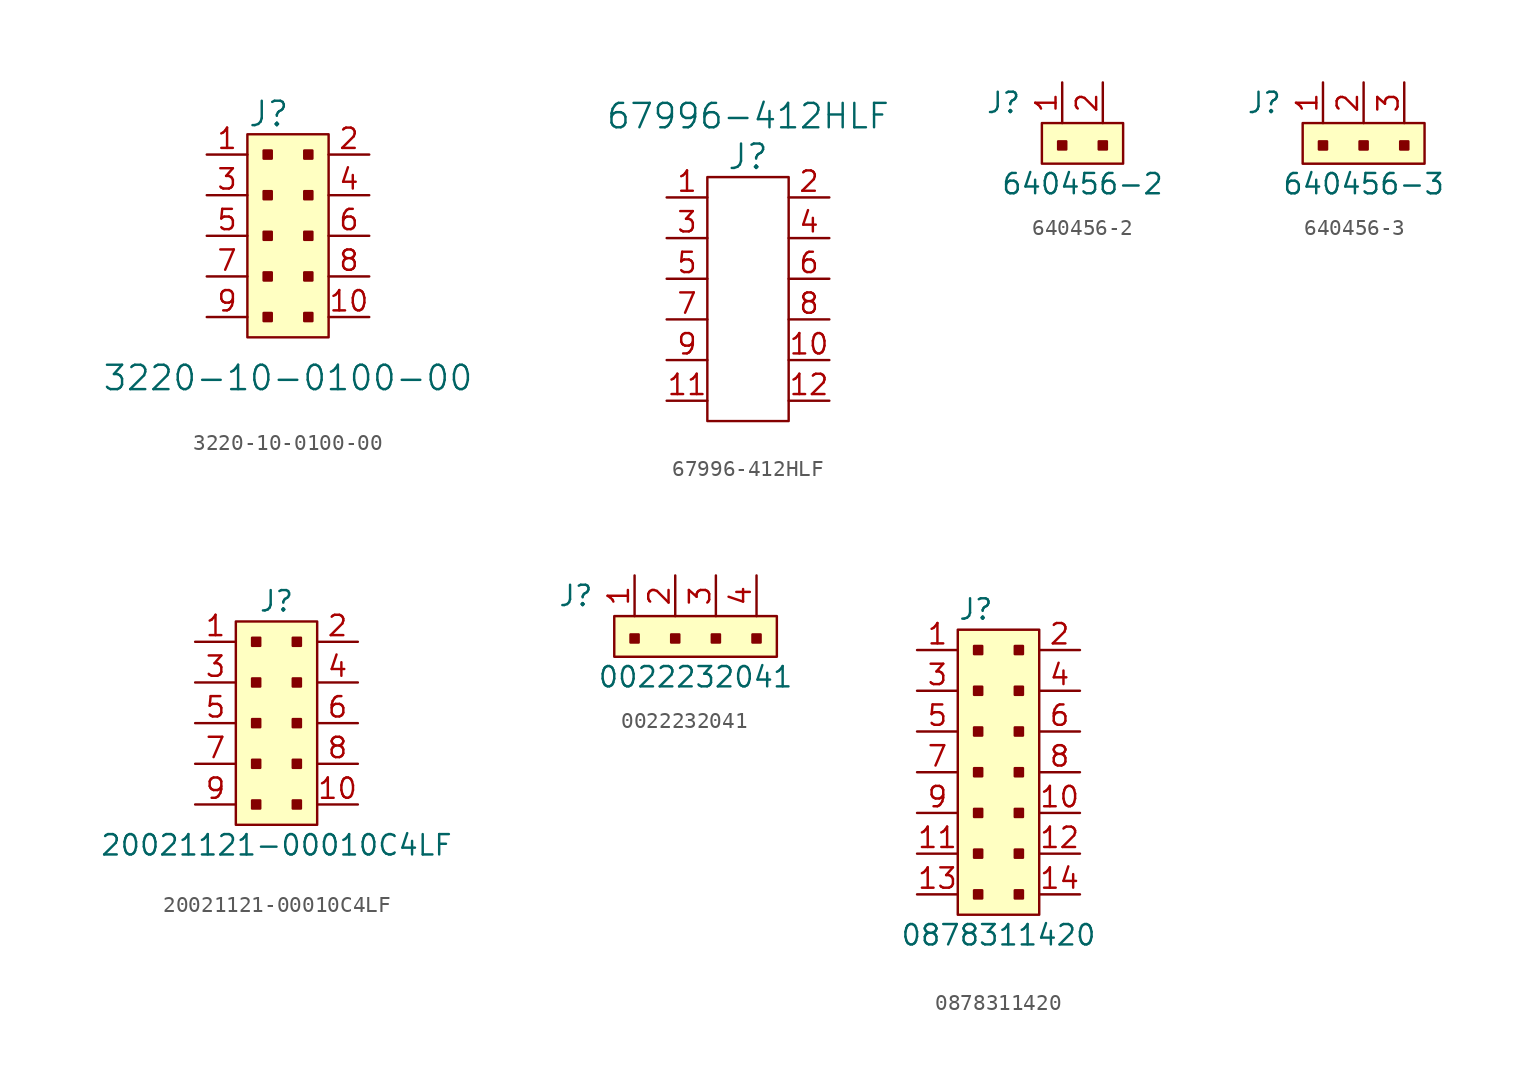
<source format=kicad_sym>
(kicad_symbol_lib
  (version 20220914)
  (generator kicad_symbol_editor)
  (symbol "3220-10-0100-00"
    (pin_names
      (offset 1.016))
    (property "Reference" "J"
      (at -2.54 7.62 0)
      (effects (font (size 1.524 1.524)) (justify left)))
    (property "Value" "3220-10-0100-00"
      (at 0 -8.89 0)
      (effects (font (size 1.524 1.524))))
    (symbol "3220-10-0100-00_0_1"
      (rectangle (start -2.54 6.35) (end 2.54 -6.35) (stroke (width 0) (type default)) (fill (type background)))
      (rectangle (start -1.524 -4.826) (end -1.016 -5.334) (stroke (width 0) (type default)) (fill (type outline)))
      (rectangle (start -1.524 -2.286) (end -1.016 -2.794) (stroke (width 0) (type default)) (fill (type outline)))
      (rectangle (start -1.524 0.254) (end -1.016 -0.254) (stroke (width 0) (type default)) (fill (type outline)))
      (rectangle (start -1.524 2.794) (end -1.016 2.286) (stroke (width 0) (type default)) (fill (type outline)))
      (rectangle (start -1.524 5.334) (end -1.016 4.826) (stroke (width 0) (type default)) (fill (type outline)))
      (rectangle (start 1.016 -4.826) (end 1.524 -5.334) (stroke (width 0) (type default)) (fill (type outline)))
      (rectangle (start 1.016 -2.286) (end 1.524 -2.794) (stroke (width 0) (type default)) (fill (type outline)))
      (rectangle (start 1.016 0.254) (end 1.524 -0.254) (stroke (width 0) (type default)) (fill (type outline)))
      (rectangle (start 1.016 2.794) (end 1.524 2.286) (stroke (width 0) (type default)) (fill (type outline)))
      (rectangle (start 1.016 5.334) (end 1.524 4.826) (stroke (width 0) (type default)) (fill (type outline))))
    (symbol "3220-10-0100-00_1_1"
      (pin passive line (at -5.08 5.08 0) (length 2.54) (name "~" (effects (font (size 1.27 1.27)))) (number "1" (effects (font (size 1.27 1.27)))))
      (pin passive line (at 5.08 -5.08 180) (length 2.54) (name "~" (effects (font (size 1.27 1.27)))) (number "10" (effects (font (size 1.27 1.27)))))
      (pin passive line (at 5.08 5.08 180) (length 2.54) (name "~" (effects (font (size 1.27 1.27)))) (number "2" (effects (font (size 1.27 1.27)))))
      (pin passive line (at -5.08 2.54 0) (length 2.54) (name "~" (effects (font (size 1.27 1.27)))) (number "3" (effects (font (size 1.27 1.27)))))
      (pin passive line (at 5.08 2.54 180) (length 2.54) (name "~" (effects (font (size 1.27 1.27)))) (number "4" (effects (font (size 1.27 1.27)))))
      (pin passive line (at -5.08 0 0) (length 2.54) (name "~" (effects (font (size 1.27 1.27)))) (number "5" (effects (font (size 1.27 1.27)))))
      (pin passive line (at 5.08 0 180) (length 2.54) (name "~" (effects (font (size 1.27 1.27)))) (number "6" (effects (font (size 1.27 1.27)))))
      (pin passive line (at -5.08 -2.54 0) (length 2.54) (name "~" (effects (font (size 1.27 1.27)))) (number "7" (effects (font (size 1.27 1.27)))))
      (pin passive line (at 5.08 -2.54 180) (length 2.54) (name "~" (effects (font (size 1.27 1.27)))) (number "8" (effects (font (size 1.27 1.27)))))
      (pin passive line (at -5.08 -5.08 0) (length 2.54) (name "~" (effects (font (size 1.27 1.27)))) (number "9" (effects (font (size 1.27 1.27)))))))
  (symbol "67996-412HLF"
    (pin_names
      (offset 1.016))
    (property "Reference" "J"
      (at 0 7.62 0)
      (effects (font (size 1.524 1.524))))
    (property "Value" "67996-412HLF"
      (at 0 10.16 0)
      (effects (font (size 1.524 1.524))))
    (symbol "67996-412HLF_0_1"
      (rectangle (start -2.54 6.35) (end 2.54 -8.89) (stroke (width 0) (type default)) (fill (type none))))
    (symbol "67996-412HLF_1_1"
      (pin passive line (at -5.08 5.08 0) (length 2.54) (name "~" (effects (font (size 1.27 1.27)))) (number "1" (effects (font (size 1.27 1.27)))))
      (pin passive line (at 5.08 -5.08 180) (length 2.54) (name "~" (effects (font (size 1.27 1.27)))) (number "10" (effects (font (size 1.27 1.27)))))
      (pin passive line (at -5.08 -7.62 0) (length 2.54) (name "~" (effects (font (size 1.27 1.27)))) (number "11" (effects (font (size 1.27 1.27)))))
      (pin passive line (at 5.08 -7.62 180) (length 2.54) (name "~" (effects (font (size 1.27 1.27)))) (number "12" (effects (font (size 1.27 1.27)))))
      (pin passive line (at 5.08 5.08 180) (length 2.54) (name "~" (effects (font (size 1.27 1.27)))) (number "2" (effects (font (size 1.27 1.27)))))
      (pin passive line (at -5.08 2.54 0) (length 2.54) (name "~" (effects (font (size 1.27 1.27)))) (number "3" (effects (font (size 1.27 1.27)))))
      (pin passive line (at 5.08 2.54 180) (length 2.54) (name "~" (effects (font (size 1.27 1.27)))) (number "4" (effects (font (size 1.27 1.27)))))
      (pin passive line (at -5.08 0 0) (length 2.54) (name "~" (effects (font (size 1.27 1.27)))) (number "5" (effects (font (size 1.27 1.27)))))
      (pin passive line (at 5.08 0 180) (length 2.54) (name "~" (effects (font (size 1.27 1.27)))) (number "6" (effects (font (size 1.27 1.27)))))
      (pin passive line (at -5.08 -2.54 0) (length 2.54) (name "~" (effects (font (size 1.27 1.27)))) (number "7" (effects (font (size 1.27 1.27)))))
      (pin passive line (at 5.08 -2.54 180) (length 2.54) (name "~" (effects (font (size 1.27 1.27)))) (number "8" (effects (font (size 1.27 1.27)))))
      (pin passive line (at -5.08 -5.08 0) (length 2.54) (name "~" (effects (font (size 1.27 1.27)))) (number "9" (effects (font (size 1.27 1.27)))))))
  (symbol "640456-2"
    (pin_names
      (offset 1.016))
    (property "Reference" "J"
      (at -2.54 1.27 0)
      (effects (font (size 1.27 1.27)) (justify right)))
    (property "Value" "640456-2"
      (at 1.27 -3.81 0)
      (effects (font (size 1.27 1.27))))
    (symbol "640456-2_1_1"
      (rectangle (start -1.27 0) (end 3.81 -2.54) (stroke (width 0) (type default)) (fill (type background)))
      (rectangle (start -0.254 -1.143) (end 0.254 -1.651) (stroke (width 0) (type default)) (fill (type outline)))
      (rectangle (start 2.286 -1.143) (end 2.794 -1.651) (stroke (width 0) (type default)) (fill (type outline)))
      (pin passive line (at 0 2.54 270) (length 2.54) (name "~" (effects (font (size 1.27 1.27)))) (number "1" (effects (font (size 1.27 1.27)))))
      (pin passive line (at 2.54 2.54 270) (length 2.54) (name "~" (effects (font (size 1.27 1.27)))) (number "2" (effects (font (size 1.27 1.27)))))))
  (symbol "640456-3"
    (pin_names
      (offset 1.016))
    (property "Reference" "J"
      (at -2.54 1.27 0)
      (effects (font (size 1.27 1.27)) (justify right)))
    (property "Value" "640456-3"
      (at 2.54 -3.81 0)
      (effects (font (size 1.27 1.27))))
    (symbol "640456-3_1_1"
      (rectangle (start -1.27 0) (end 6.35 -2.54) (stroke (width 0) (type default)) (fill (type background)))
      (rectangle (start -0.254 -1.143) (end 0.254 -1.651) (stroke (width 0) (type default)) (fill (type outline)))
      (rectangle (start 2.286 -1.143) (end 2.794 -1.651) (stroke (width 0) (type default)) (fill (type outline)))
      (rectangle (start 4.826 -1.143) (end 5.334 -1.651) (stroke (width 0) (type default)) (fill (type outline)))
      (pin passive line (at 0 2.54 270) (length 2.54) (name "~" (effects (font (size 1.27 1.27)))) (number "1" (effects (font (size 1.27 1.27)))))
      (pin passive line (at 2.54 2.54 270) (length 2.54) (name "~" (effects (font (size 1.27 1.27)))) (number "2" (effects (font (size 1.27 1.27)))))
      (pin passive line (at 5.08 2.54 270) (length 2.54) (name "~" (effects (font (size 1.27 1.27)))) (number "3" (effects (font (size 1.27 1.27)))))))
  (symbol "20021121-00010C4LF"
    (pin_names
      (offset 1.016))
    (property "Reference" "J"
      (at 0 7.62 0)
      (effects (font (size 1.27 1.27))))
    (property "Value" "20021121-00010C4LF"
      (at 0 -7.62 0)
      (effects (font (size 1.27 1.27))))
    (symbol "20021121-00010C4LF_1_1"
      (rectangle (start -2.54 6.35) (end 2.54 -6.35) (stroke (width 0) (type default)) (fill (type background)))
      (rectangle (start -1.524 -4.826) (end -1.016 -5.334) (stroke (width 0) (type default)) (fill (type outline)))
      (rectangle (start -1.524 -2.286) (end -1.016 -2.794) (stroke (width 0) (type default)) (fill (type outline)))
      (rectangle (start -1.524 0.254) (end -1.016 -0.254) (stroke (width 0) (type default)) (fill (type outline)))
      (rectangle (start -1.524 2.794) (end -1.016 2.286) (stroke (width 0) (type default)) (fill (type outline)))
      (rectangle (start -1.524 5.334) (end -1.016 4.826) (stroke (width 0) (type default)) (fill (type outline)))
      (rectangle (start 1.016 -4.826) (end 1.524 -5.334) (stroke (width 0) (type default)) (fill (type outline)))
      (rectangle (start 1.016 -2.286) (end 1.524 -2.794) (stroke (width 0) (type default)) (fill (type outline)))
      (rectangle (start 1.016 0.254) (end 1.524 -0.254) (stroke (width 0) (type default)) (fill (type outline)))
      (rectangle (start 1.016 2.794) (end 1.524 2.286) (stroke (width 0) (type default)) (fill (type outline)))
      (rectangle (start 1.016 5.334) (end 1.524 4.826) (stroke (width 0) (type default)) (fill (type outline)))
      (pin passive line (at -5.08 5.08 0) (length 2.54) (name "~" (effects (font (size 1.27 1.27)))) (number "1" (effects (font (size 1.27 1.27)))))
      (pin passive line (at 5.08 -5.08 180) (length 2.54) (name "~" (effects (font (size 1.27 1.27)))) (number "10" (effects (font (size 1.27 1.27)))))
      (pin passive line (at 5.08 5.08 180) (length 2.54) (name "~" (effects (font (size 1.27 1.27)))) (number "2" (effects (font (size 1.27 1.27)))))
      (pin passive line (at -5.08 2.54 0) (length 2.54) (name "~" (effects (font (size 1.27 1.27)))) (number "3" (effects (font (size 1.27 1.27)))))
      (pin passive line (at 5.08 2.54 180) (length 2.54) (name "~" (effects (font (size 1.27 1.27)))) (number "4" (effects (font (size 1.27 1.27)))))
      (pin passive line (at -5.08 0 0) (length 2.54) (name "~" (effects (font (size 1.27 1.27)))) (number "5" (effects (font (size 1.27 1.27)))))
      (pin passive line (at 5.08 0 180) (length 2.54) (name "~" (effects (font (size 1.27 1.27)))) (number "6" (effects (font (size 1.27 1.27)))))
      (pin passive line (at -5.08 -2.54 0) (length 2.54) (name "~" (effects (font (size 1.27 1.27)))) (number "7" (effects (font (size 1.27 1.27)))))
      (pin passive line (at 5.08 -2.54 180) (length 2.54) (name "~" (effects (font (size 1.27 1.27)))) (number "8" (effects (font (size 1.27 1.27)))))
      (pin passive line (at -5.08 -5.08 0) (length 2.54) (name "~" (effects (font (size 1.27 1.27)))) (number "9" (effects (font (size 1.27 1.27)))))))
  (symbol "0022232041"
    (pin_names
      (offset 1.016))
    (property "Reference" "J"
      (at -2.54 1.27 0)
      (effects (font (size 1.27 1.27)) (justify right)))
    (property "Value" "0022232041"
      (at 3.81 -3.81 0)
      (effects (font (size 1.27 1.27))))
    (symbol "0022232041_1_1"
      (rectangle (start -1.27 0) (end 8.89 -2.54) (stroke (width 0) (type default)) (fill (type background)))
      (rectangle (start -0.254 -1.143) (end 0.254 -1.651) (stroke (width 0) (type default)) (fill (type outline)))
      (rectangle (start 2.286 -1.143) (end 2.794 -1.651) (stroke (width 0) (type default)) (fill (type outline)))
      (rectangle (start 4.826 -1.143) (end 5.334 -1.651) (stroke (width 0) (type default)) (fill (type outline)))
      (rectangle (start 7.366 -1.143) (end 7.874 -1.651) (stroke (width 0) (type default)) (fill (type outline)))
      (pin passive line (at 0 2.54 270) (length 2.54) (name "~" (effects (font (size 1.27 1.27)))) (number "1" (effects (font (size 1.27 1.27)))))
      (pin passive line (at 2.54 2.54 270) (length 2.54) (name "~" (effects (font (size 1.27 1.27)))) (number "2" (effects (font (size 1.27 1.27)))))
      (pin passive line (at 5.08 2.54 270) (length 2.54) (name "~" (effects (font (size 1.27 1.27)))) (number "3" (effects (font (size 1.27 1.27)))))
      (pin passive line (at 7.62 2.54 270) (length 2.54) (name "~" (effects (font (size 1.27 1.27)))) (number "4" (effects (font (size 1.27 1.27)))))))
  (symbol "0878311420"
    (pin_names
      (offset 1.016))
    (property "Reference" "J"
      (at -2.54 10.16 0)
      (effects (font (size 1.27 1.27)) (justify left)))
    (property "Value" "0878311420"
      (at 0 -10.16 0)
      (effects (font (size 1.27 1.27))))
    (symbol "0878311420_1_1"
      (rectangle (start -2.54 8.89) (end 2.54 -8.89) (stroke (width 0) (type default)) (fill (type background)))
      (rectangle (start -1.524 -7.366) (end -1.016 -7.874) (stroke (width 0) (type default)) (fill (type outline)))
      (rectangle (start -1.524 -4.826) (end -1.016 -5.334) (stroke (width 0) (type default)) (fill (type outline)))
      (rectangle (start -1.524 -2.286) (end -1.016 -2.794) (stroke (width 0) (type default)) (fill (type outline)))
      (rectangle (start -1.524 0.254) (end -1.016 -0.254) (stroke (width 0) (type default)) (fill (type outline)))
      (rectangle (start -1.524 2.794) (end -1.016 2.286) (stroke (width 0) (type default)) (fill (type outline)))
      (rectangle (start -1.524 5.334) (end -1.016 4.826) (stroke (width 0) (type default)) (fill (type outline)))
      (rectangle (start -1.524 7.874) (end -1.016 7.366) (stroke (width 0) (type default)) (fill (type outline)))
      (rectangle (start 1.016 -7.366) (end 1.524 -7.874) (stroke (width 0) (type default)) (fill (type outline)))
      (rectangle (start 1.016 -4.826) (end 1.524 -5.334) (stroke (width 0) (type default)) (fill (type outline)))
      (rectangle (start 1.016 -2.286) (end 1.524 -2.794) (stroke (width 0) (type default)) (fill (type outline)))
      (rectangle (start 1.016 0.254) (end 1.524 -0.254) (stroke (width 0) (type default)) (fill (type outline)))
      (rectangle (start 1.016 2.794) (end 1.524 2.286) (stroke (width 0) (type default)) (fill (type outline)))
      (rectangle (start 1.016 5.334) (end 1.524 4.826) (stroke (width 0) (type default)) (fill (type outline)))
      (rectangle (start 1.016 7.874) (end 1.524 7.366) (stroke (width 0) (type default)) (fill (type outline)))
      (pin passive line (at -5.08 7.62 0) (length 2.54) (name "~" (effects (font (size 1.27 1.27)))) (number "1" (effects (font (size 1.27 1.27)))))
      (pin passive line (at 5.08 -2.54 180) (length 2.54) (name "~" (effects (font (size 1.27 1.27)))) (number "10" (effects (font (size 1.27 1.27)))))
      (pin passive line (at -5.08 -5.08 0) (length 2.54) (name "~" (effects (font (size 1.27 1.27)))) (number "11" (effects (font (size 1.27 1.27)))))
      (pin passive line (at 5.08 -5.08 180) (length 2.54) (name "~" (effects (font (size 1.27 1.27)))) (number "12" (effects (font (size 1.27 1.27)))))
      (pin passive line (at -5.08 -7.62 0) (length 2.54) (name "~" (effects (font (size 1.27 1.27)))) (number "13" (effects (font (size 1.27 1.27)))))
      (pin passive line (at 5.08 -7.62 180) (length 2.54) (name "~" (effects (font (size 1.27 1.27)))) (number "14" (effects (font (size 1.27 1.27)))))
      (pin passive line (at 5.08 7.62 180) (length 2.54) (name "~" (effects (font (size 1.27 1.27)))) (number "2" (effects (font (size 1.27 1.27)))))
      (pin passive line (at -5.08 5.08 0) (length 2.54) (name "~" (effects (font (size 1.27 1.27)))) (number "3" (effects (font (size 1.27 1.27)))))
      (pin passive line (at 5.08 5.08 180) (length 2.54) (name "~" (effects (font (size 1.27 1.27)))) (number "4" (effects (font (size 1.27 1.27)))))
      (pin passive line (at -5.08 2.54 0) (length 2.54) (name "~" (effects (font (size 1.27 1.27)))) (number "5" (effects (font (size 1.27 1.27)))))
      (pin passive line (at 5.08 2.54 180) (length 2.54) (name "~" (effects (font (size 1.27 1.27)))) (number "6" (effects (font (size 1.27 1.27)))))
      (pin passive line (at -5.08 0 0) (length 2.54) (name "~" (effects (font (size 1.27 1.27)))) (number "7" (effects (font (size 1.27 1.27)))))
      (pin passive line (at 5.08 0 180) (length 2.54) (name "~" (effects (font (size 1.27 1.27)))) (number "8" (effects (font (size 1.27 1.27)))))
      (pin passive line (at -5.08 -2.54 0) (length 2.54) (name "~" (effects (font (size 1.27 1.27)))) (number "9" (effects (font (size 1.27 1.27))))))))
</source>
